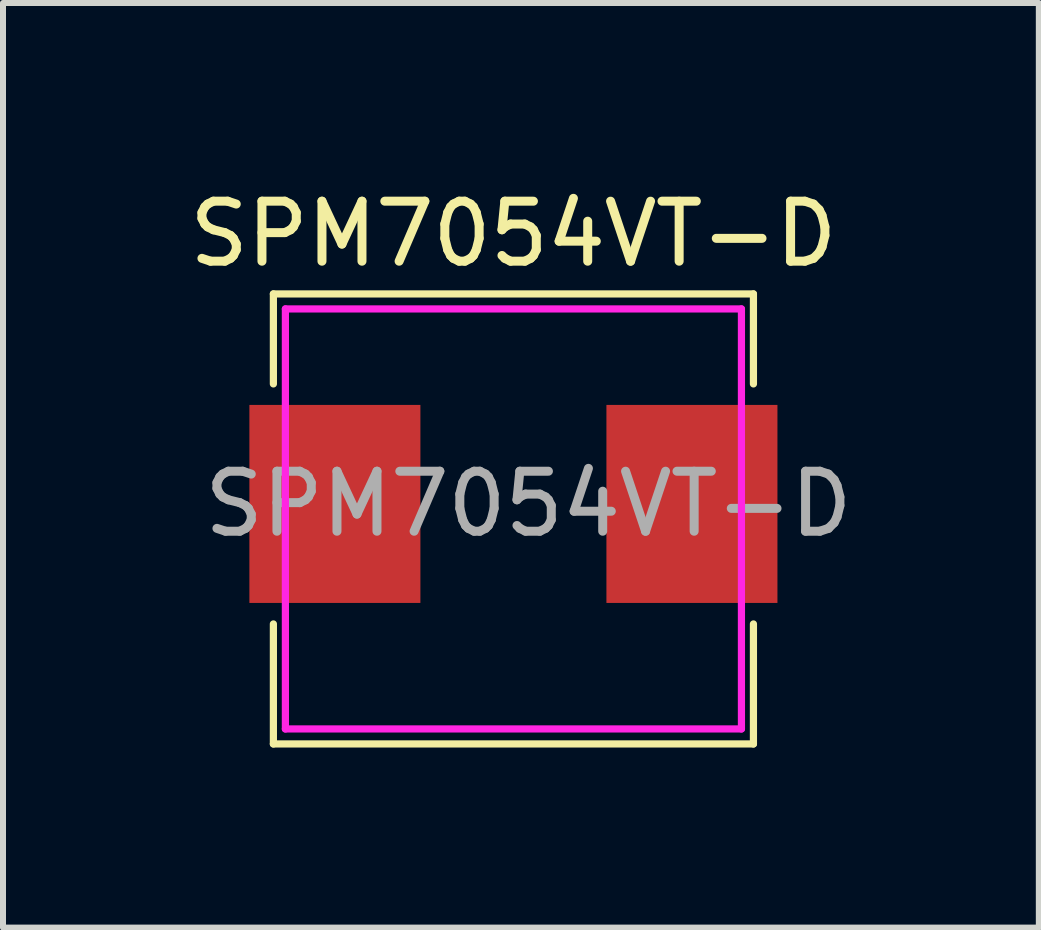
<source format=kicad_pcb>
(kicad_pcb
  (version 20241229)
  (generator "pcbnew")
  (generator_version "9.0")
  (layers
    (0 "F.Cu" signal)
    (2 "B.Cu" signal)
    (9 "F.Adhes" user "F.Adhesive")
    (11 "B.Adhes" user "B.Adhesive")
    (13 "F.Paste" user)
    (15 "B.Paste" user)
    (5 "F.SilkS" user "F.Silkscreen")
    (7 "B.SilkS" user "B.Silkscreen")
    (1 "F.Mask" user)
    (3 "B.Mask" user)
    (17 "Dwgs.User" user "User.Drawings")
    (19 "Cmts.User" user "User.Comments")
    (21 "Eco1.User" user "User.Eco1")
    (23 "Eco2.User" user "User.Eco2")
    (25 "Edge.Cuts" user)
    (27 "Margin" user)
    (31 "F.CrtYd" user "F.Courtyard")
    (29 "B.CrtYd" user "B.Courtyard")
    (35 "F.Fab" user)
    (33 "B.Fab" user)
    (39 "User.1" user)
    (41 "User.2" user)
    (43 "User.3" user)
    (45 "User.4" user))
  (footprint "SPM7054VT-D"
    (layer "F.Cu")
    (at 5.506 5.348)
    (property "Reference" "SPM7054VT-D" (at 0 -4.5 0) (layer "F.SilkS") (effects (font (size 1 1) (thickness 0.15))))
    (attr through_hole)
    (fp_line (start -4 -3.5) (end -4 -2) (stroke (width 0.12) (type solid)) (layer "F.SilkS"))
    (fp_line (start -4 -3.5) (end 4 -3.5) (stroke (width 0.12) (type solid)) (layer "F.SilkS"))
    (fp_line (start -4 2) (end -4 4) (stroke (width 0.12) (type solid)) (layer "F.SilkS"))
    (fp_line (start -4 4) (end 4 4) (stroke (width 0.12) (type solid)) (layer "F.SilkS"))
    (fp_line (start 4 -3.5) (end 4 -2) (stroke (width 0.12) (type solid)) (layer "F.SilkS"))
    (fp_line (start 4 4) (end 4 2) (stroke (width 0.12) (type solid)) (layer "F.SilkS"))
    (fp_line (start -3.8 -3.25) (end -3.8 3.75) (stroke (width 0.12) (type solid)) (layer "F.CrtYd"))
    (fp_line (start -3.8 3.75) (end 3.8 3.75) (stroke (width 0.12) (type solid)) (layer "F.CrtYd"))
    (fp_line (start 3.8 -3.25) (end -3.8 -3.25) (stroke (width 0.12) (type solid)) (layer "F.CrtYd"))
    (fp_line (start 3.8 3.75) (end 3.8 -3.25) (stroke (width 0.12) (type solid)) (layer "F.CrtYd"))
    (fp_text user "${REFERENCE}" (at 0.25 0 0) (layer "F.Fab") (effects (font (size 1 1) (thickness 0.15))))
    (pad "1" smd rect (at -2.975 0) (size 2.85 3.3) (layers "F.Cu" "F.Mask" "F.Paste"))
    (pad "2" smd rect (at 2.975 0) (size 2.85 3.3) (layers "F.Cu" "F.Mask" "F.Paste")))
  (gr_rect
    (start -3 -3)
    (end 14.262 12.408)
    (stroke (width 0.1) (type default))
    (fill no)
    (layer "Edge.Cuts")))
</source>
